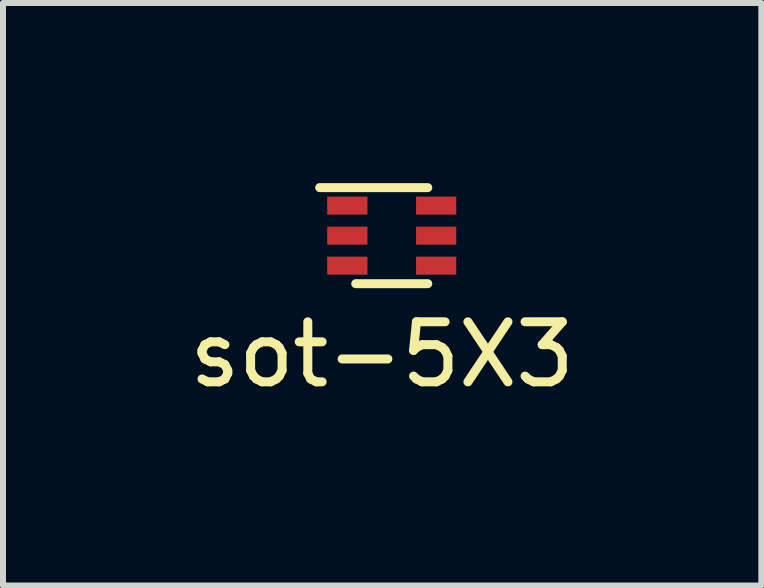
<source format=kicad_pcb>
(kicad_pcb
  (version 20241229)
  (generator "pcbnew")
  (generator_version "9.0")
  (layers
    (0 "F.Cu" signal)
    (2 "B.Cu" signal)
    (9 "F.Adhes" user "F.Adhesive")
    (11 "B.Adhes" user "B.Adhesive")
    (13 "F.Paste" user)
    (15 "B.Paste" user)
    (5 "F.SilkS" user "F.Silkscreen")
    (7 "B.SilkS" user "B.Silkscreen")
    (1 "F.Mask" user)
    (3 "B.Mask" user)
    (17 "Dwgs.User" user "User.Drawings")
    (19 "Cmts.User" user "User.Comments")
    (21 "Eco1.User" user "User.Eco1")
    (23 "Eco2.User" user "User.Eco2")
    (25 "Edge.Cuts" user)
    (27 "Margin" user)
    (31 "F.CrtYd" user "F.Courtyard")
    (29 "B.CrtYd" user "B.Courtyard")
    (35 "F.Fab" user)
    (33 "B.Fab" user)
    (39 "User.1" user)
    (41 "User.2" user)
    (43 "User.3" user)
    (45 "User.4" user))
  (footprint "sot-5X3"
    (layer "F.Cu")
    (at 3.475 0.875)
    (property "Reference" "sot-5X3" (at -0.16 1.98 0) (layer "F.SilkS") (effects (font (size 1 1) (thickness 0.15))))
    (attr through_hole)
    (fp_line (start -1.2 -0.8) (end 0.6 -0.8) (stroke (width 0.15) (type solid)) (layer "F.SilkS"))
    (fp_line (start 0.6 0.8) (end -0.6 0.8) (stroke (width 0.15) (type solid)) (layer "F.SilkS"))
    (pad "1" smd rect (at -0.74 -0.5) (size 0.67 0.3) (layers "F.Cu" "F.Mask" "F.Paste"))
    (pad "2" smd rect (at -0.74 0) (size 0.67 0.3) (layers "F.Cu" "F.Mask" "F.Paste"))
    (pad "3" smd rect (at -0.74 0.5) (size 0.67 0.3) (layers "F.Cu" "F.Mask" "F.Paste"))
    (pad "4" smd rect (at 0.74 0.5) (size 0.67 0.3) (layers "F.Cu" "F.Mask" "F.Paste"))
    (pad "5" smd rect (at 0.74 0) (size 0.67 0.3) (layers "F.Cu" "F.Mask" "F.Paste"))
    (pad "6" smd rect (at 0.74 -0.5) (size 0.67 0.3) (layers "F.Cu" "F.Mask" "F.Paste")))
  (gr_rect
    (start -3 -3)
    (end 9.631 6.703)
    (stroke (width 0.1) (type default))
    (fill no)
    (layer "Edge.Cuts")))
</source>
